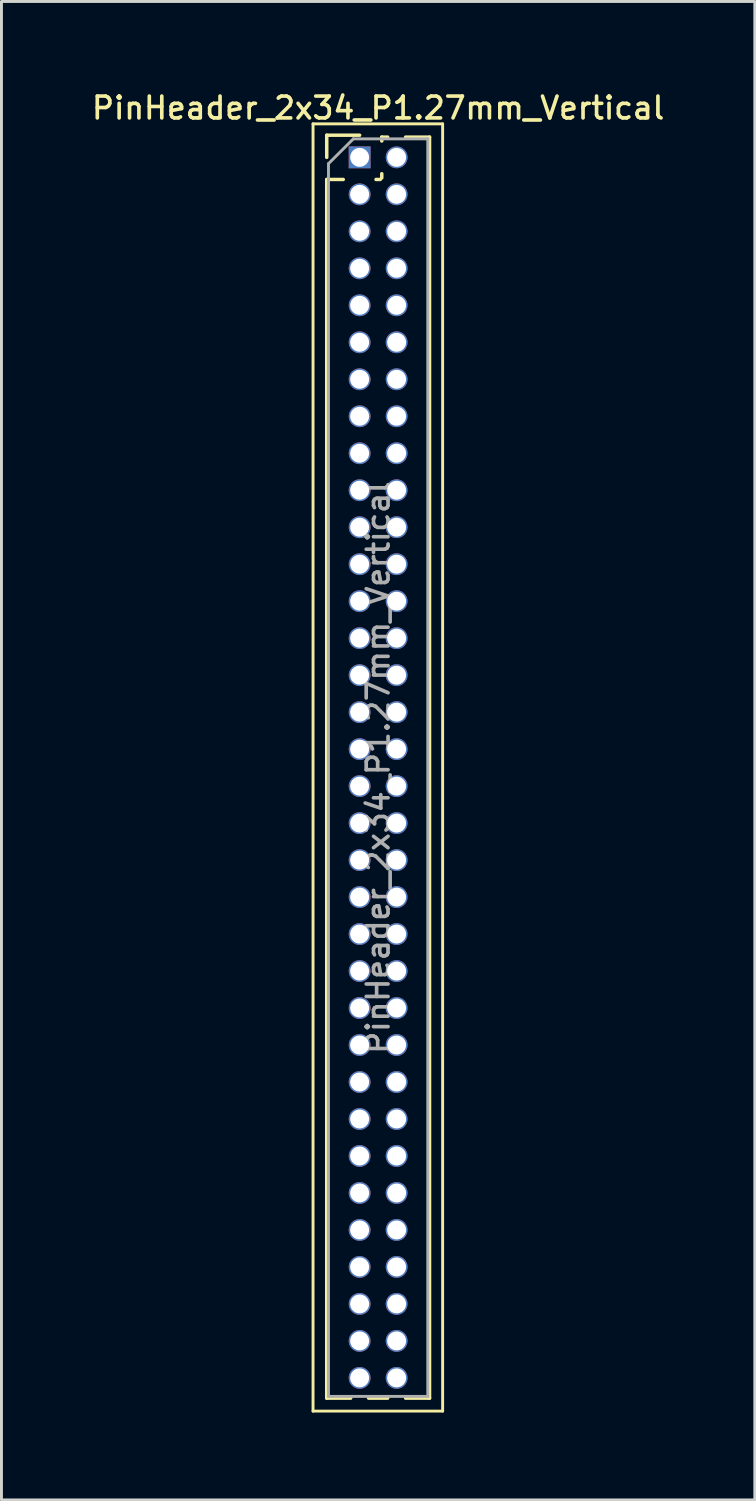
<source format=kicad_pcb>
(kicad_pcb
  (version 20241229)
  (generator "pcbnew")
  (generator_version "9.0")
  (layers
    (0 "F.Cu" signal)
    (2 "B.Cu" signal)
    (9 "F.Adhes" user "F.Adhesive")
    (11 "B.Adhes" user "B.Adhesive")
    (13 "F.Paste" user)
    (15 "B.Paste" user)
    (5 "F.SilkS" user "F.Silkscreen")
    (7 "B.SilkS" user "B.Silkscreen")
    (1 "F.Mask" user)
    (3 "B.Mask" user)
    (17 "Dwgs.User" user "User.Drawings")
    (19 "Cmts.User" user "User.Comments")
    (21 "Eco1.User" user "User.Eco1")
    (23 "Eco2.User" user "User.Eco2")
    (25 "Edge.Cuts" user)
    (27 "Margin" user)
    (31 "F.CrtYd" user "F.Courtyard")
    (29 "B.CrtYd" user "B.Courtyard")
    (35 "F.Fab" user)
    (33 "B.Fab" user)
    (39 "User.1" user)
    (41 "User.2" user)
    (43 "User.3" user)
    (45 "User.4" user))
  (footprint "PinHeader_2x34_P1.27mm_Vertical"
    (layer "F.Cu")
    (at 9.299 2.353)
    (property "Reference" "PinHeader_2x34_P1.27mm_Vertical" (at 0.635 -1.695 0) (layer "F.SilkS") (effects (font (size 0.75 0.75) (thickness 0.125))))
    (attr through_hole)
    (fp_line (start -1.6 -1.15) (end -1.6 43.05) (stroke (width 0.1) (type solid)) (layer "F.SilkS"))
    (fp_line (start -1.6 43.05) (end 2.85 43.05) (stroke (width 0.1) (type solid)) (layer "F.SilkS"))
    (fp_line (start -1.13 -0.76) (end 0 -0.76) (stroke (width 0.12) (type solid)) (layer "F.SilkS"))
    (fp_line (start -1.13 0) (end -1.13 -0.76) (stroke (width 0.12) (type solid)) (layer "F.SilkS"))
    (fp_line (start -1.13 0.76) (end -1.13 42.605) (stroke (width 0.12) (type solid)) (layer "F.SilkS"))
    (fp_line (start -1.13 0.76) (end -0.563 0.76) (stroke (width 0.12) (type solid)) (layer "F.SilkS"))
    (fp_line (start -1.13 42.605) (end -0.308 42.605) (stroke (width 0.12) (type solid)) (layer "F.SilkS"))
    (fp_line (start 0.308 42.605) (end 0.962 42.605) (stroke (width 0.12) (type solid)) (layer "F.SilkS"))
    (fp_line (start 0.563 0.76) (end 0.707 0.76) (stroke (width 0.12) (type solid)) (layer "F.SilkS"))
    (fp_line (start 0.76 -0.695) (end 0.962 -0.695) (stroke (width 0.12) (type solid)) (layer "F.SilkS"))
    (fp_line (start 0.76 -0.563) (end 0.76 -0.695) (stroke (width 0.12) (type solid)) (layer "F.SilkS"))
    (fp_line (start 0.76 0.707) (end 0.76 0.563) (stroke (width 0.12) (type solid)) (layer "F.SilkS"))
    (fp_line (start 1.578 -0.695) (end 2.4 -0.695) (stroke (width 0.12) (type solid)) (layer "F.SilkS"))
    (fp_line (start 1.578 42.605) (end 2.4 42.605) (stroke (width 0.12) (type solid)) (layer "F.SilkS"))
    (fp_line (start 2.4 -0.695) (end 2.4 42.605) (stroke (width 0.12) (type solid)) (layer "F.SilkS"))
    (fp_line (start 2.85 -1.15) (end -1.6 -1.15) (stroke (width 0.1) (type solid)) (layer "F.SilkS"))
    (fp_line (start 2.85 43.05) (end 2.85 -1.15) (stroke (width 0.1) (type solid)) (layer "F.SilkS"))
    (fp_line (start -1.07 0.217) (end -0.217 -0.635) (stroke (width 0.1) (type solid)) (layer "F.Fab"))
    (fp_line (start -1.07 42.545) (end -1.07 0.217) (stroke (width 0.1) (type solid)) (layer "F.Fab"))
    (fp_line (start -0.217 -0.635) (end 2.34 -0.635) (stroke (width 0.1) (type solid)) (layer "F.Fab"))
    (fp_line (start 2.34 -0.635) (end 2.34 42.545) (stroke (width 0.1) (type solid)) (layer "F.Fab"))
    (fp_line (start 2.34 42.545) (end -1.07 42.545) (stroke (width 0.1) (type solid)) (layer "F.Fab"))
    (fp_text user "${REFERENCE}" (at 0.635 20.955 90) (layer "F.Fab") (effects (font (size 0.75 0.75) (thickness 0.125))))
    (pad "1" thru_hole rect (at 0 0) (size 0.75 0.75) (drill 0.65) (layers "*.Cu" "*.Mask"))
    (pad "2" thru_hole oval (at 1.27 0) (size 0.75 0.75) (drill 0.65) (layers "*.Cu" "*.Mask"))
    (pad "3" thru_hole oval (at 0 1.27) (size 0.75 0.75) (drill 0.65) (layers "*.Cu" "*.Mask"))
    (pad "4" thru_hole oval (at 1.27 1.27) (size 0.75 0.75) (drill 0.65) (layers "*.Cu" "*.Mask"))
    (pad "5" thru_hole oval (at 0 2.54) (size 0.75 0.75) (drill 0.65) (layers "*.Cu" "*.Mask"))
    (pad "6" thru_hole oval (at 1.27 2.54) (size 0.75 0.75) (drill 0.65) (layers "*.Cu" "*.Mask"))
    (pad "7" thru_hole oval (at 0 3.81) (size 0.75 0.75) (drill 0.65) (layers "*.Cu" "*.Mask"))
    (pad "8" thru_hole oval (at 1.27 3.81) (size 0.75 0.75) (drill 0.65) (layers "*.Cu" "*.Mask"))
    (pad "9" thru_hole oval (at 0 5.08) (size 0.75 0.75) (drill 0.65) (layers "*.Cu" "*.Mask"))
    (pad "10" thru_hole oval (at 1.27 5.08) (size 0.75 0.75) (drill 0.65) (layers "*.Cu" "*.Mask"))
    (pad "11" thru_hole oval (at 0 6.35) (size 0.75 0.75) (drill 0.65) (layers "*.Cu" "*.Mask"))
    (pad "12" thru_hole oval (at 1.27 6.35) (size 0.75 0.75) (drill 0.65) (layers "*.Cu" "*.Mask"))
    (pad "13" thru_hole oval (at 0 7.62) (size 0.75 0.75) (drill 0.65) (layers "*.Cu" "*.Mask"))
    (pad "14" thru_hole oval (at 1.27 7.62) (size 0.75 0.75) (drill 0.65) (layers "*.Cu" "*.Mask"))
    (pad "15" thru_hole oval (at 0 8.89) (size 0.75 0.75) (drill 0.65) (layers "*.Cu" "*.Mask"))
    (pad "16" thru_hole oval (at 1.27 8.89) (size 0.75 0.75) (drill 0.65) (layers "*.Cu" "*.Mask"))
    (pad "17" thru_hole oval (at 0 10.16) (size 0.75 0.75) (drill 0.65) (layers "*.Cu" "*.Mask"))
    (pad "18" thru_hole oval (at 1.27 10.16) (size 0.75 0.75) (drill 0.65) (layers "*.Cu" "*.Mask"))
    (pad "19" thru_hole oval (at 0 11.43) (size 0.75 0.75) (drill 0.65) (layers "*.Cu" "*.Mask"))
    (pad "20" thru_hole oval (at 1.27 11.43) (size 0.75 0.75) (drill 0.65) (layers "*.Cu" "*.Mask"))
    (pad "21" thru_hole oval (at 0 12.7) (size 0.75 0.75) (drill 0.65) (layers "*.Cu" "*.Mask"))
    (pad "22" thru_hole oval (at 1.27 12.7) (size 0.75 0.75) (drill 0.65) (layers "*.Cu" "*.Mask"))
    (pad "23" thru_hole oval (at 0 13.97) (size 0.75 0.75) (drill 0.65) (layers "*.Cu" "*.Mask"))
    (pad "24" thru_hole oval (at 1.27 13.97) (size 0.75 0.75) (drill 0.65) (layers "*.Cu" "*.Mask"))
    (pad "25" thru_hole oval (at 0 15.24) (size 0.75 0.75) (drill 0.65) (layers "*.Cu" "*.Mask"))
    (pad "26" thru_hole oval (at 1.27 15.24) (size 0.75 0.75) (drill 0.65) (layers "*.Cu" "*.Mask"))
    (pad "27" thru_hole oval (at 0 16.51) (size 0.75 0.75) (drill 0.65) (layers "*.Cu" "*.Mask"))
    (pad "28" thru_hole oval (at 1.27 16.51) (size 0.75 0.75) (drill 0.65) (layers "*.Cu" "*.Mask"))
    (pad "29" thru_hole oval (at 0 17.78) (size 0.75 0.75) (drill 0.65) (layers "*.Cu" "*.Mask"))
    (pad "30" thru_hole oval (at 1.27 17.78) (size 0.75 0.75) (drill 0.65) (layers "*.Cu" "*.Mask"))
    (pad "31" thru_hole oval (at 0 19.05) (size 0.75 0.75) (drill 0.65) (layers "*.Cu" "*.Mask"))
    (pad "32" thru_hole oval (at 1.27 19.05) (size 0.75 0.75) (drill 0.65) (layers "*.Cu" "*.Mask"))
    (pad "33" thru_hole oval (at 0 20.32) (size 0.75 0.75) (drill 0.65) (layers "*.Cu" "*.Mask"))
    (pad "34" thru_hole oval (at 1.27 20.32) (size 0.75 0.75) (drill 0.65) (layers "*.Cu" "*.Mask"))
    (pad "35" thru_hole oval (at 0 21.59) (size 0.75 0.75) (drill 0.65) (layers "*.Cu" "*.Mask"))
    (pad "36" thru_hole oval (at 1.27 21.59) (size 0.75 0.75) (drill 0.65) (layers "*.Cu" "*.Mask"))
    (pad "37" thru_hole oval (at 0 22.86) (size 0.75 0.75) (drill 0.65) (layers "*.Cu" "*.Mask"))
    (pad "38" thru_hole oval (at 1.27 22.86) (size 0.75 0.75) (drill 0.65) (layers "*.Cu" "*.Mask"))
    (pad "39" thru_hole oval (at 0 24.13) (size 0.75 0.75) (drill 0.65) (layers "*.Cu" "*.Mask"))
    (pad "40" thru_hole oval (at 1.27 24.13) (size 0.75 0.75) (drill 0.65) (layers "*.Cu" "*.Mask"))
    (pad "41" thru_hole oval (at 0 25.4) (size 0.75 0.75) (drill 0.65) (layers "*.Cu" "*.Mask"))
    (pad "42" thru_hole oval (at 1.27 25.4) (size 0.75 0.75) (drill 0.65) (layers "*.Cu" "*.Mask"))
    (pad "43" thru_hole oval (at 0 26.67) (size 0.75 0.75) (drill 0.65) (layers "*.Cu" "*.Mask"))
    (pad "44" thru_hole oval (at 1.27 26.67) (size 0.75 0.75) (drill 0.65) (layers "*.Cu" "*.Mask"))
    (pad "45" thru_hole oval (at 0 27.94) (size 0.75 0.75) (drill 0.65) (layers "*.Cu" "*.Mask"))
    (pad "46" thru_hole oval (at 1.27 27.94) (size 0.75 0.75) (drill 0.65) (layers "*.Cu" "*.Mask"))
    (pad "47" thru_hole oval (at 0 29.21) (size 0.75 0.75) (drill 0.65) (layers "*.Cu" "*.Mask"))
    (pad "48" thru_hole oval (at 1.27 29.21) (size 0.75 0.75) (drill 0.65) (layers "*.Cu" "*.Mask"))
    (pad "49" thru_hole oval (at 0 30.48) (size 0.75 0.75) (drill 0.65) (layers "*.Cu" "*.Mask"))
    (pad "50" thru_hole oval (at 1.27 30.48) (size 0.75 0.75) (drill 0.65) (layers "*.Cu" "*.Mask"))
    (pad "51" thru_hole oval (at 0 31.75) (size 0.75 0.75) (drill 0.65) (layers "*.Cu" "*.Mask"))
    (pad "52" thru_hole oval (at 1.27 31.75) (size 0.75 0.75) (drill 0.65) (layers "*.Cu" "*.Mask"))
    (pad "53" thru_hole oval (at 0 33.02) (size 0.75 0.75) (drill 0.65) (layers "*.Cu" "*.Mask"))
    (pad "54" thru_hole oval (at 1.27 33.02) (size 0.75 0.75) (drill 0.65) (layers "*.Cu" "*.Mask"))
    (pad "55" thru_hole oval (at 0 34.29) (size 0.75 0.75) (drill 0.65) (layers "*.Cu" "*.Mask"))
    (pad "56" thru_hole oval (at 1.27 34.29) (size 0.75 0.75) (drill 0.65) (layers "*.Cu" "*.Mask"))
    (pad "57" thru_hole oval (at 0 35.56) (size 0.75 0.75) (drill 0.65) (layers "*.Cu" "*.Mask"))
    (pad "58" thru_hole oval (at 1.27 35.56) (size 0.75 0.75) (drill 0.65) (layers "*.Cu" "*.Mask"))
    (pad "59" thru_hole oval (at 0 36.83) (size 0.75 0.75) (drill 0.65) (layers "*.Cu" "*.Mask"))
    (pad "60" thru_hole oval (at 1.27 36.83) (size 0.75 0.75) (drill 0.65) (layers "*.Cu" "*.Mask"))
    (pad "61" thru_hole oval (at 0 38.1) (size 0.75 0.75) (drill 0.65) (layers "*.Cu" "*.Mask"))
    (pad "62" thru_hole oval (at 1.27 38.1) (size 0.75 0.75) (drill 0.65) (layers "*.Cu" "*.Mask"))
    (pad "63" thru_hole oval (at 0 39.37) (size 0.75 0.75) (drill 0.65) (layers "*.Cu" "*.Mask"))
    (pad "64" thru_hole oval (at 1.27 39.37) (size 0.75 0.75) (drill 0.65) (layers "*.Cu" "*.Mask"))
    (pad "65" thru_hole oval (at 0 40.64) (size 0.75 0.75) (drill 0.65) (layers "*.Cu" "*.Mask"))
    (pad "66" thru_hole oval (at 1.27 40.64) (size 0.75 0.75) (drill 0.65) (layers "*.Cu" "*.Mask"))
    (pad "67" thru_hole oval (at 0 41.91) (size 0.75 0.75) (drill 0.65) (layers "*.Cu" "*.Mask"))
    (pad "68" thru_hole oval (at 1.27 41.91) (size 0.75 0.75) (drill 0.65) (layers "*.Cu" "*.Mask")))
  (gr_rect
    (start -3 -3)
    (end 22.868 48.453)
    (stroke (width 0.1) (type default))
    (fill no)
    (layer "Edge.Cuts")))
</source>
